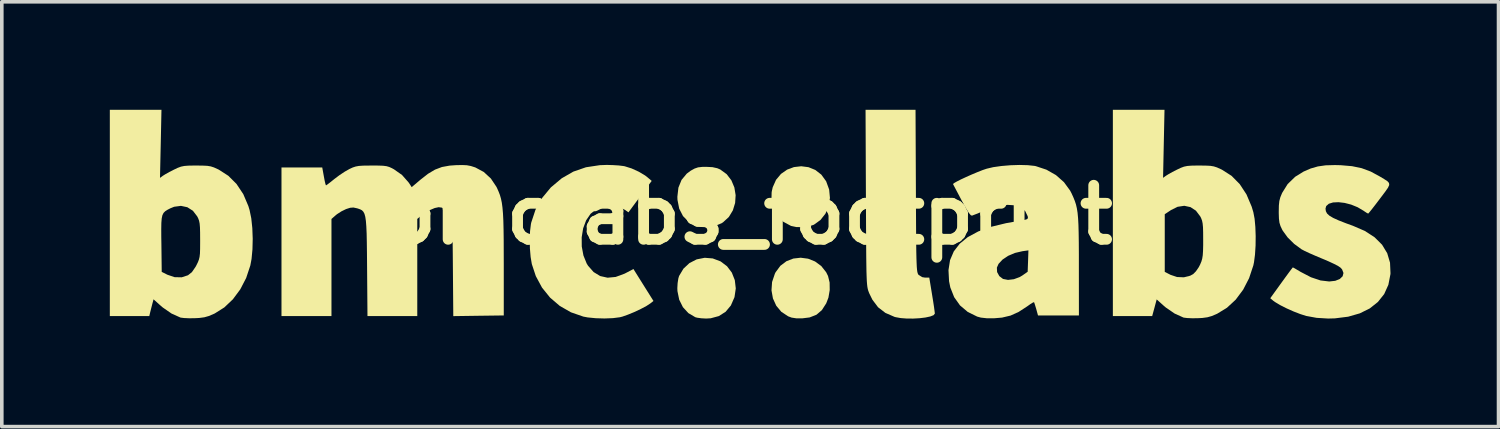
<source format=kicad_pcb>
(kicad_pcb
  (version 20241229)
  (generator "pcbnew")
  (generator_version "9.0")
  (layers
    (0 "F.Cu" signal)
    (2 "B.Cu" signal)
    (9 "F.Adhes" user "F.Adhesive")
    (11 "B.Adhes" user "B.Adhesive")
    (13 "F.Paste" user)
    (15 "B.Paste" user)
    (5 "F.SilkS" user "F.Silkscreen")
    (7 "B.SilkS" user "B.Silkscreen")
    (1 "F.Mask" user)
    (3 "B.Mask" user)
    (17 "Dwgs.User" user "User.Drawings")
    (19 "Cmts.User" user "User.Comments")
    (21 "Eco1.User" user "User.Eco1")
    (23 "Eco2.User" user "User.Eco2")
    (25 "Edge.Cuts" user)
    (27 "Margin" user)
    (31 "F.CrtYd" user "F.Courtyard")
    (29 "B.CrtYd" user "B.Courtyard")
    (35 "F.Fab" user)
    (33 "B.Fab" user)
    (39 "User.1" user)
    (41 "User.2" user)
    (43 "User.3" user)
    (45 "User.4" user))
  (footprint "bmclabs_footprint"
    (layer "F.Cu")
    (at 17.752 2.917)
    (property "Reference" "bmclabs_footprint" (at 0 0 0) (layer "F.SilkS") (effects (font (size 1.5 1.5) (thickness 0.3))))
    (attr board_only exclude_from_pos_files exclude_from_bom)
    (fp_poly (pts (xy 1.651 -1.324) (xy 1.84 -1.247) (xy 2.007 -1.117) (xy 2.139 -0.935) (xy 2.142 -0.929) (xy 2.224 -0.703) (xy 2.246 -0.47) (xy 2.211 -0.243) (xy 2.122 -0.035) (xy 1.983 0.142) (xy 1.8 0.274) (xy 1.661 0.32) (xy 1.487 0.342) (xy 1.311 0.338) (xy 1.165 0.307) (xy 0.953 0.193) (xy 0.789 0.032) (xy 0.677 -0.166) (xy 0.622 -0.392) (xy 0.628 -0.635) (xy 0.656 -0.764) (xy 0.749 -0.973) (xy 0.886 -1.137) (xy 1.056 -1.256) (xy 1.247 -1.327) (xy 1.449 -1.35)) (stroke (width 0) (type solid)) (fill yes) (layer "F.SilkS"))
    (fp_poly (pts (xy 1.639 1.217) (xy 1.832 1.294) (xy 2.004 1.42) (xy 2.141 1.593) (xy 2.193 1.698) (xy 2.237 1.878) (xy 2.24 2.087) (xy 2.204 2.298) (xy 2.143 2.457) (xy 2.021 2.646) (xy 1.871 2.774) (xy 1.683 2.848) (xy 1.483 2.873) (xy 1.311 2.873) (xy 1.181 2.853) (xy 1.085 2.817) (xy 0.897 2.693) (xy 0.755 2.523) (xy 0.663 2.321) (xy 0.623 2.097) (xy 0.639 1.865) (xy 0.716 1.636) (xy 0.737 1.593) (xy 0.87 1.414) (xy 1.038 1.287) (xy 1.23 1.213) (xy 1.434 1.19)) (stroke (width 0) (type solid)) (fill yes) (layer "F.SilkS"))
    (fp_poly (pts (xy -1.009 1.21) (xy -0.791 1.292) (xy -0.612 1.427) (xy -0.479 1.603) (xy -0.396 1.812) (xy -0.369 2.042) (xy -0.404 2.283) (xy -0.407 2.291) (xy -0.505 2.516) (xy -0.651 2.691) (xy -0.84 2.811) (xy -1.066 2.872) (xy -1.194 2.879) (xy -1.326 2.872) (xy -1.44 2.856) (xy -1.493 2.842) (xy -1.686 2.728) (xy -1.837 2.563) (xy -1.94 2.356) (xy -1.989 2.117) (xy -1.992 2.035) (xy -1.984 1.895) (xy -1.964 1.766) (xy -1.944 1.698) (xy -1.823 1.495) (xy -1.656 1.339) (xy -1.455 1.236) (xy -1.231 1.192)) (stroke (width 0) (type solid)) (fill yes) (layer "F.SilkS"))
    (fp_poly (pts (xy -1.017 -1.325) (xy -0.882 -1.295) (xy -0.8 -1.26) (xy -0.622 -1.13) (xy -0.491 -0.959) (xy -0.408 -0.761) (xy -0.373 -0.547) (xy -0.387 -0.331) (xy -0.45 -0.125) (xy -0.561 0.058) (xy -0.722 0.206) (xy -0.764 0.233) (xy -0.95 0.309) (xy -1.159 0.344) (xy -1.363 0.335) (xy -1.47 0.306) (xy -1.678 0.194) (xy -1.835 0.033) (xy -1.94 -0.172) (xy -1.988 -0.417) (xy -1.991 -0.503) (xy -1.962 -0.756) (xy -1.875 -0.971) (xy -1.73 -1.145) (xy -1.62 -1.227) (xy -1.513 -1.286) (xy -1.417 -1.319) (xy -1.302 -1.332) (xy -1.195 -1.334)) (stroke (width 0) (type solid)) (fill yes) (layer "F.SilkS"))
    (fp_poly (pts (xy 4.633 -0.662) (xy 4.635 -0.205) (xy 4.637 0.186) (xy 4.639 0.516) (xy 4.641 0.792) (xy 4.644 1.017) (xy 4.648 1.198) (xy 4.653 1.34) (xy 4.658 1.447) (xy 4.665 1.527) (xy 4.673 1.583) (xy 4.683 1.621) (xy 4.694 1.647) (xy 4.707 1.665) (xy 4.71 1.668) (xy 4.81 1.73) (xy 4.892 1.743) (xy 5.005 1.743) (xy 5.082 2.214) (xy 5.111 2.393) (xy 5.135 2.55) (xy 5.151 2.669) (xy 5.159 2.736) (xy 5.159 2.742) (xy 5.125 2.785) (xy 5.034 2.821) (xy 4.9 2.85) (xy 4.737 2.87) (xy 4.558 2.88) (xy 4.377 2.879) (xy 4.209 2.866) (xy 4.066 2.84) (xy 4.038 2.832) (xy 3.785 2.722) (xy 3.582 2.565) (xy 3.424 2.355) (xy 3.335 2.173) (xy 3.32 2.133) (xy 3.306 2.094) (xy 3.295 2.05) (xy 3.285 1.996) (xy 3.277 1.926) (xy 3.27 1.835) (xy 3.265 1.718) (xy 3.26 1.568) (xy 3.257 1.382) (xy 3.254 1.154) (xy 3.252 0.877) (xy 3.25 0.548) (xy 3.248 0.159) (xy 3.246 -0.293) (xy 3.245 -0.471) (xy 3.235 -2.917) (xy 3.929 -2.917) (xy 4.623 -2.917)) (stroke (width 0) (type solid)) (fill yes) (layer "F.SilkS"))
    (fp_poly (pts (xy -3.78 -1.382) (xy -3.618 -1.372) (xy -3.49 -1.356) (xy -3.455 -1.35) (xy -3.261 -1.289) (xy -3.062 -1.198) (xy -2.887 -1.094) (xy -2.82 -1.042) (xy -2.704 -0.943) (xy -3.027 -0.507) (xy -3.35 -0.07) (xy -3.445 -0.138) (xy -3.631 -0.23) (xy -3.837 -0.262) (xy -4.046 -0.237) (xy -4.242 -0.156) (xy -4.401 -0.03) (xy -4.525 0.152) (xy -4.608 0.375) (xy -4.648 0.623) (xy -4.646 0.879) (xy -4.6 1.127) (xy -4.51 1.35) (xy -4.471 1.413) (xy -4.317 1.588) (xy -4.135 1.699) (xy -3.929 1.745) (xy -3.705 1.724) (xy -3.465 1.636) (xy -3.44 1.624) (xy -3.211 1.504) (xy -2.933 1.948) (xy -2.655 2.391) (xy -2.741 2.459) (xy -2.851 2.531) (xy -3.006 2.613) (xy -3.183 2.697) (xy -3.361 2.77) (xy -3.516 2.825) (xy -3.586 2.843) (xy -3.781 2.868) (xy -4.015 2.877) (xy -4.258 2.87) (xy -4.482 2.848) (xy -4.603 2.825) (xy -4.946 2.706) (xy -5.256 2.529) (xy -5.526 2.298) (xy -5.75 2.02) (xy -5.922 1.701) (xy -6.033 1.366) (xy -6.066 1.169) (xy -6.086 0.934) (xy -6.091 0.687) (xy -6.082 0.452) (xy -6.058 0.255) (xy -6.049 0.213) (xy -5.932 -0.14) (xy -5.75 -0.466) (xy -5.509 -0.757) (xy -5.5 -0.766) (xy -5.202 -1.016) (xy -4.88 -1.201) (xy -4.529 -1.322) (xy -4.145 -1.38) (xy -3.949 -1.387)) (stroke (width 0) (type solid)) (fill yes) (layer "F.SilkS"))
    (fp_poly (pts (xy 11.517 -1.972) (xy 11.497 -1.028) (xy 11.574 -1.084) (xy 11.644 -1.128) (xy 11.755 -1.19) (xy 11.882 -1.255) (xy 11.882 -1.255) (xy 11.989 -1.306) (xy 12.078 -1.339) (xy 12.17 -1.358) (xy 12.284 -1.367) (xy 12.443 -1.37) (xy 12.505 -1.37) (xy 12.682 -1.368) (xy 12.808 -1.362) (xy 12.905 -1.346) (xy 12.993 -1.318) (xy 13.093 -1.273) (xy 13.131 -1.255) (xy 13.399 -1.084) (xy 13.626 -0.854) (xy 13.813 -0.569) (xy 13.958 -0.228) (xy 14.005 -0.071) (xy 14.039 0.108) (xy 14.06 0.336) (xy 14.069 0.592) (xy 14.066 0.855) (xy 14.05 1.105) (xy 14.022 1.319) (xy 14.004 1.404) (xy 13.886 1.759) (xy 13.721 2.078) (xy 13.515 2.354) (xy 13.272 2.579) (xy 13.001 2.745) (xy 12.998 2.746) (xy 12.855 2.808) (xy 12.728 2.844) (xy 12.588 2.863) (xy 12.452 2.87) (xy 12.3 2.871) (xy 12.167 2.865) (xy 12.075 2.854) (xy 12.06 2.85) (xy 11.817 2.74) (xy 11.575 2.574) (xy 11.501 2.511) (xy 11.32 2.348) (xy 11.258 2.579) (xy 11.195 2.81) (xy 10.649 2.81) (xy 10.103 2.81) (xy 10.103 1.583) (xy 11.544 1.583) (xy 11.704 1.665) (xy 11.885 1.726) (xy 12.075 1.734) (xy 12.25 1.69) (xy 12.334 1.644) (xy 12.41 1.567) (xy 12.487 1.455) (xy 12.526 1.38) (xy 12.561 1.297) (xy 12.584 1.217) (xy 12.599 1.124) (xy 12.607 1.003) (xy 12.611 0.837) (xy 12.611 0.694) (xy 12.61 0.491) (xy 12.606 0.344) (xy 12.596 0.239) (xy 12.58 0.16) (xy 12.555 0.093) (xy 12.53 0.043) (xy 12.41 -0.116) (xy 12.259 -0.215) (xy 12.086 -0.252) (xy 11.9 -0.224) (xy 11.717 -0.133) (xy 11.544 -0.018) (xy 11.544 0.783) (xy 11.544 1.583) (xy 10.103 1.583) (xy 10.103 -0.053) (xy 10.103 -2.917) (xy 10.82 -2.917) (xy 11.537 -2.917)) (stroke (width 0) (type solid)) (fill yes) (layer "F.SilkS"))
    (fp_poly (pts (xy -16.338 -1.972) (xy -16.359 -1.027) (xy -16.281 -1.084) (xy -16.211 -1.128) (xy -16.1 -1.19) (xy -15.973 -1.255) (xy -15.866 -1.306) (xy -15.777 -1.339) (xy -15.685 -1.358) (xy -15.57 -1.367) (xy -15.411 -1.37) (xy -15.349 -1.37) (xy -15.173 -1.368) (xy -15.046 -1.362) (xy -14.949 -1.346) (xy -14.862 -1.318) (xy -14.762 -1.273) (xy -14.727 -1.256) (xy -14.461 -1.085) (xy -14.233 -0.857) (xy -14.046 -0.576) (xy -13.905 -0.245) (xy -13.871 -0.133) (xy -13.824 0.095) (xy -13.795 0.368) (xy -13.784 0.663) (xy -13.791 0.956) (xy -13.816 1.223) (xy -13.85 1.405) (xy -13.966 1.753) (xy -14.13 2.069) (xy -14.334 2.344) (xy -14.572 2.57) (xy -14.837 2.737) (xy -14.856 2.746) (xy -15 2.808) (xy -15.126 2.844) (xy -15.267 2.863) (xy -15.403 2.87) (xy -15.554 2.871) (xy -15.688 2.865) (xy -15.78 2.854) (xy -15.795 2.85) (xy -16.039 2.74) (xy -16.283 2.571) (xy -16.355 2.509) (xy -16.538 2.345) (xy -16.574 2.48) (xy -16.604 2.597) (xy -16.631 2.704) (xy -16.633 2.713) (xy -16.656 2.81) (xy -17.204 2.81) (xy -17.752 2.81) (xy -17.752 0.394) (xy -16.324 0.394) (xy -16.323 0.62) (xy -16.32 0.804) (xy -16.311 1.583) (xy -16.152 1.663) (xy -15.953 1.73) (xy -15.756 1.734) (xy -15.581 1.677) (xy -15.473 1.591) (xy -15.374 1.447) (xy -15.35 1.404) (xy -15.308 1.319) (xy -15.279 1.245) (xy -15.26 1.168) (xy -15.249 1.072) (xy -15.245 0.94) (xy -15.244 0.757) (xy -15.244 0.696) (xy -15.245 0.493) (xy -15.249 0.346) (xy -15.258 0.24) (xy -15.274 0.161) (xy -15.299 0.094) (xy -15.325 0.043) (xy -15.444 -0.113) (xy -15.599 -0.212) (xy -15.777 -0.25) (xy -15.966 -0.225) (xy -16.072 -0.182) (xy -16.153 -0.14) (xy -16.215 -0.1) (xy -16.26 -0.054) (xy -16.292 0.009) (xy -16.311 0.098) (xy -16.321 0.223) (xy -16.324 0.394) (xy -17.752 0.394) (xy -17.752 -0.053) (xy -17.752 -2.917) (xy -17.035 -2.917) (xy -16.318 -2.917)) (stroke (width 0) (type solid)) (fill yes) (layer "F.SilkS"))
    (fp_poly (pts (xy -7.838 -1.378) (xy -7.727 -1.357) (xy -7.611 -1.32) (xy -7.598 -1.315) (xy -7.367 -1.191) (xy -7.17 -1.009) (xy -7.016 -0.779) (xy -6.999 -0.745) (xy -6.956 -0.647) (xy -6.919 -0.552) (xy -6.89 -0.451) (xy -6.866 -0.337) (xy -6.848 -0.202) (xy -6.834 -0.039) (xy -6.824 0.159) (xy -6.818 0.4) (xy -6.814 0.692) (xy -6.813 1.041) (xy -6.812 1.352) (xy -6.812 2.793) (xy -7.513 2.802) (xy -8.214 2.812) (xy -8.225 1.45) (xy -8.228 1.097) (xy -8.231 0.808) (xy -8.235 0.576) (xy -8.24 0.394) (xy -8.246 0.255) (xy -8.254 0.152) (xy -8.264 0.078) (xy -8.276 0.025) (xy -8.291 -0.012) (xy -8.295 -0.02) (xy -8.395 -0.134) (xy -8.531 -0.201) (xy -8.62 -0.213) (xy -8.729 -0.19) (xy -8.867 -0.132) (xy -9.008 -0.051) (xy -9.098 0.015) (xy -9.214 0.113) (xy -9.214 1.462) (xy -9.214 2.81) (xy -9.905 2.81) (xy -10.597 2.81) (xy -10.608 1.45) (xy -10.611 1.077) (xy -10.615 0.769) (xy -10.62 0.519) (xy -10.629 0.321) (xy -10.641 0.168) (xy -10.658 0.053) (xy -10.681 -0.03) (xy -10.712 -0.088) (xy -10.75 -0.127) (xy -10.799 -0.153) (xy -10.858 -0.174) (xy -10.885 -0.182) (xy -10.987 -0.204) (xy -11.078 -0.197) (xy -11.191 -0.161) (xy -11.32 -0.098) (xy -11.444 -0.018) (xy -11.476 0.008) (xy -11.597 0.114) (xy -11.597 1.462) (xy -11.597 2.81) (xy -12.291 2.81) (xy -12.985 2.81) (xy -12.985 0.747) (xy -12.985 -1.316) (xy -12.419 -1.316) (xy -11.853 -1.316) (xy -11.808 -1.067) (xy -11.785 -0.945) (xy -11.764 -0.856) (xy -11.75 -0.819) (xy -11.75 -0.818) (xy -11.717 -0.839) (xy -11.644 -0.894) (xy -11.545 -0.973) (xy -11.515 -0.997) (xy -11.377 -1.101) (xy -11.228 -1.2) (xy -11.099 -1.273) (xy -11.009 -1.315) (xy -10.928 -1.342) (xy -10.837 -1.359) (xy -10.719 -1.367) (xy -10.555 -1.369) (xy -10.477 -1.37) (xy -10.293 -1.369) (xy -10.163 -1.364) (xy -10.068 -1.352) (xy -9.992 -1.33) (xy -9.916 -1.295) (xy -9.861 -1.265) (xy -9.638 -1.108) (xy -9.457 -0.903) (xy -9.425 -0.856) (xy -9.369 -0.77) (xy -9.125 -0.977) (xy -8.914 -1.142) (xy -8.722 -1.256) (xy -8.529 -1.329) (xy -8.314 -1.368) (xy -8.146 -1.38) (xy -7.969 -1.384)) (stroke (width 0) (type solid)) (fill yes) (layer "F.SilkS"))
    (fp_poly (pts (xy 7.74 -1.38) (xy 7.928 -1.36) (xy 7.963 -1.353) (xy 8.258 -1.255) (xy 8.522 -1.105) (xy 8.745 -0.908) (xy 8.916 -0.674) (xy 8.957 -0.595) (xy 9.005 -0.489) (xy 9.045 -0.39) (xy 9.078 -0.291) (xy 9.103 -0.183) (xy 9.123 -0.058) (xy 9.137 0.092) (xy 9.147 0.275) (xy 9.153 0.498) (xy 9.157 0.77) (xy 9.159 1.099) (xy 9.159 1.405) (xy 9.16 2.793) (xy 8.592 2.793) (xy 8.024 2.793) (xy 7.975 2.615) (xy 7.944 2.512) (xy 7.921 2.441) (xy 7.913 2.424) (xy 7.88 2.436) (xy 7.808 2.481) (xy 7.725 2.54) (xy 7.487 2.695) (xy 7.261 2.797) (xy 7.025 2.853) (xy 6.812 2.871) (xy 6.6 2.871) (xy 6.438 2.853) (xy 6.335 2.825) (xy 6.072 2.695) (xy 5.858 2.514) (xy 5.696 2.286) (xy 5.589 2.016) (xy 5.554 1.843) (xy 5.538 1.535) (xy 5.549 1.465) (xy 6.882 1.465) (xy 6.888 1.588) (xy 6.95 1.701) (xy 7.053 1.78) (xy 7.055 1.78) (xy 7.191 1.806) (xy 7.353 1.787) (xy 7.514 1.728) (xy 7.59 1.683) (xy 7.737 1.58) (xy 7.748 1.283) (xy 7.758 0.986) (xy 7.593 1.009) (xy 7.385 1.057) (xy 7.196 1.137) (xy 7.04 1.241) (xy 6.929 1.36) (xy 6.882 1.465) (xy 5.549 1.465) (xy 5.581 1.259) (xy 5.685 1.015) (xy 5.85 0.801) (xy 6.076 0.616) (xy 6.366 0.46) (xy 6.72 0.332) (xy 7.14 0.23) (xy 7.357 0.192) (xy 7.53 0.164) (xy 7.643 0.142) (xy 7.709 0.123) (xy 7.739 0.101) (xy 7.744 0.072) (xy 7.737 0.037) (xy 7.668 -0.106) (xy 7.548 -0.207) (xy 7.382 -0.265) (xy 7.176 -0.278) (xy 6.936 -0.246) (xy 6.669 -0.169) (xy 6.561 -0.127) (xy 6.418 -0.068) (xy 6.296 -0.019) (xy 6.213 0.013) (xy 6.19 0.022) (xy 6.156 0.008) (xy 6.104 -0.053) (xy 6.032 -0.168) (xy 5.936 -0.341) (xy 5.905 -0.398) (xy 5.821 -0.558) (xy 5.749 -0.694) (xy 5.695 -0.796) (xy 5.667 -0.85) (xy 5.664 -0.855) (xy 5.689 -0.88) (xy 5.767 -0.925) (xy 5.885 -0.985) (xy 6.029 -1.052) (xy 6.187 -1.122) (xy 6.344 -1.188) (xy 6.489 -1.245) (xy 6.599 -1.282) (xy 6.781 -1.325) (xy 7.008 -1.357) (xy 7.258 -1.378) (xy 7.509 -1.386)) (stroke (width 0) (type solid)) (fill yes) (layer "F.SilkS"))
    (fp_poly (pts (xy 16.434 -1.379) (xy 16.746 -1.352) (xy 17.014 -1.296) (xy 17.263 -1.203) (xy 17.511 -1.069) (xy 17.638 -0.993) (xy 17.725 -0.937) (xy 17.771 -0.886) (xy 17.778 -0.83) (xy 17.744 -0.755) (xy 17.671 -0.65) (xy 17.559 -0.501) (xy 17.519 -0.448) (xy 17.408 -0.302) (xy 17.312 -0.178) (xy 17.24 -0.088) (xy 17.199 -0.04) (xy 17.192 -0.036) (xy 17.155 -0.054) (xy 17.085 -0.1) (xy 17.067 -0.113) (xy 16.9 -0.212) (xy 16.721 -0.285) (xy 16.539 -0.332) (xy 16.368 -0.352) (xy 16.218 -0.345) (xy 16.101 -0.309) (xy 16.028 -0.245) (xy 16.008 -0.174) (xy 16.018 -0.102) (xy 16.051 -0.038) (xy 16.117 0.023) (xy 16.222 0.085) (xy 16.374 0.154) (xy 16.581 0.235) (xy 16.769 0.303) (xy 17.102 0.447) (xy 17.372 0.623) (xy 17.579 0.829) (xy 17.722 1.065) (xy 17.8 1.328) (xy 17.813 1.62) (xy 17.811 1.649) (xy 17.754 1.942) (xy 17.638 2.199) (xy 17.464 2.418) (xy 17.238 2.598) (xy 16.961 2.735) (xy 16.637 2.828) (xy 16.269 2.874) (xy 16.08 2.879) (xy 15.762 2.86) (xy 15.478 2.808) (xy 15.475 2.808) (xy 15.309 2.755) (xy 15.12 2.682) (xy 14.927 2.596) (xy 14.751 2.507) (xy 14.612 2.424) (xy 14.556 2.384) (xy 14.474 2.315) (xy 14.783 1.887) (xy 14.892 1.737) (xy 14.985 1.61) (xy 15.055 1.516) (xy 15.095 1.465) (xy 15.101 1.459) (xy 15.134 1.475) (xy 15.211 1.52) (xy 15.315 1.582) (xy 15.317 1.583) (xy 15.605 1.733) (xy 15.869 1.821) (xy 16.112 1.85) (xy 16.28 1.831) (xy 16.406 1.78) (xy 16.484 1.705) (xy 16.507 1.614) (xy 16.469 1.515) (xy 16.424 1.465) (xy 16.361 1.422) (xy 16.246 1.362) (xy 16.096 1.292) (xy 15.927 1.22) (xy 15.907 1.212) (xy 15.731 1.138) (xy 15.566 1.066) (xy 15.431 1.003) (xy 15.344 0.957) (xy 15.34 0.955) (xy 15.138 0.806) (xy 14.958 0.628) (xy 14.823 0.443) (xy 14.805 0.411) (xy 14.758 0.311) (xy 14.729 0.217) (xy 14.715 0.105) (xy 14.71 -0.048) (xy 14.71 -0.089) (xy 14.713 -0.259) (xy 14.726 -0.384) (xy 14.754 -0.49) (xy 14.801 -0.603) (xy 14.804 -0.61) (xy 14.957 -0.855) (xy 15.166 -1.058) (xy 15.399 -1.202) (xy 15.597 -1.288) (xy 15.796 -1.345) (xy 16.013 -1.376) (xy 16.27 -1.383)) (stroke (width 0) (type solid)) (fill yes) (layer "F.SilkS")))
  (gr_rect
    (start -3 -3)
    (end 38.565 8.797)
    (stroke (width 0.1) (type default))
    (fill no)
    (layer "Edge.Cuts")))
</source>
